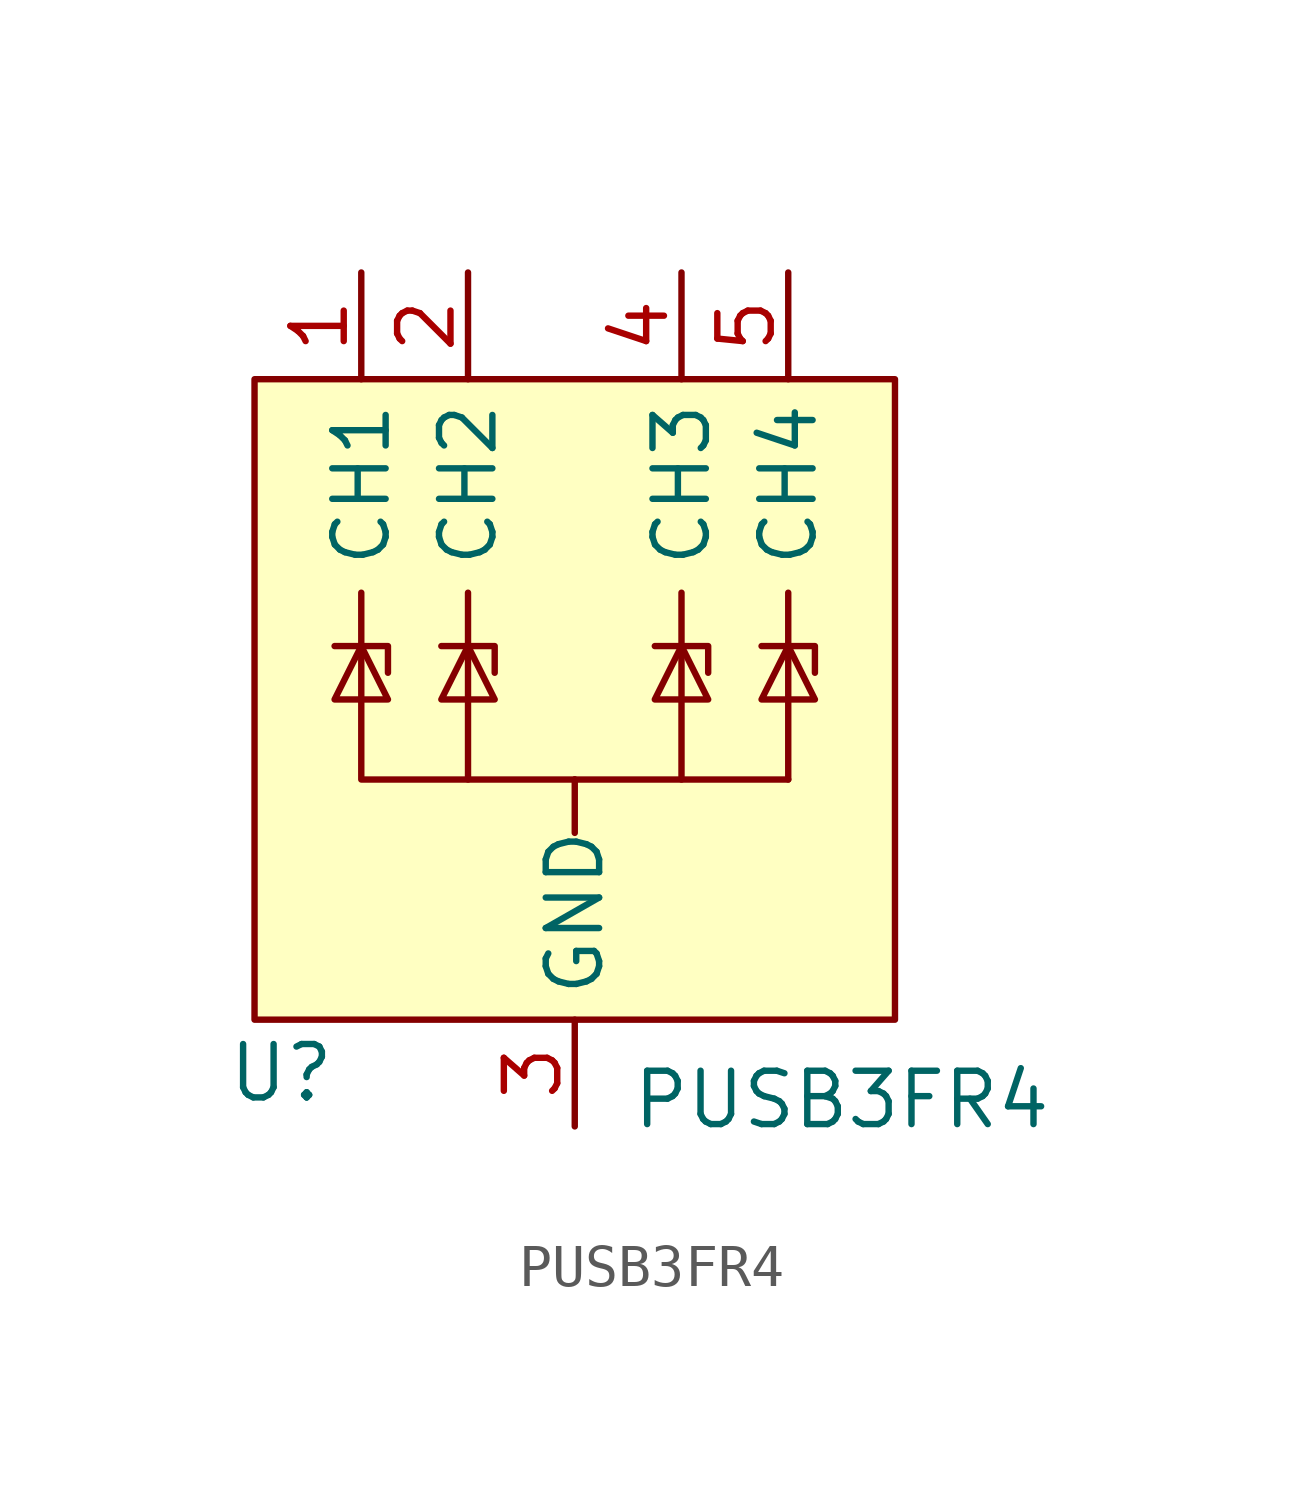
<source format=kicad_sym>
(kicad_symbol_lib
  (version 20220914)
  (generator kicad_symbol_editor)
  (symbol "PUSB3FR4"
    (property "Reference" "U"
      (at -6.985 -8.89 0)
      (effects (font (size 1.27 1.27))))
    (property "Value" "PUSB3FR4"
      (at 6.35 -9.525 0)
      (effects (font (size 1.27 1.27))))
    (symbol "PUSB3FR4_1_1"
      (rectangle (start -7.62 7.62) (end 7.62 -7.62) (stroke (width 0) (type default)) (fill (type background)))
      (polyline (pts (xy -2.54 2.54) (xy -2.54 -1.905)) (stroke (width 0) (type default)) (fill (type none)))
      (polyline (pts (xy 0 -1.905) (xy 0 -3.175)) (stroke (width 0) (type default)) (fill (type none)))
      (polyline (pts (xy 2.54 2.54) (xy 2.54 -1.905)) (stroke (width 0) (type default)) (fill (type none)))
      (polyline (pts (xy 5.08 -1.905) (xy 0 -1.905)) (stroke (width 0) (type default)) (fill (type none)))
      (polyline (pts (xy 5.08 2.54) (xy 5.08 -1.905)) (stroke (width 0) (type default)) (fill (type none)))
      (polyline (pts (xy -5.715 1.27) (xy -4.445 1.27) (xy -4.445 0.635)) (stroke (width 0) (type default)) (fill (type none)))
      (polyline (pts (xy -3.175 1.27) (xy -1.905 1.27) (xy -1.905 0.635)) (stroke (width 0) (type default)) (fill (type none)))
      (polyline (pts (xy 1.905 1.27) (xy 3.175 1.27) (xy 3.175 0.635)) (stroke (width 0) (type default)) (fill (type none)))
      (polyline (pts (xy 4.445 1.27) (xy 5.715 1.27) (xy 5.715 0.635)) (stroke (width 0) (type default)) (fill (type none)))
      (polyline (pts (xy -5.08 1.27) (xy -5.715 0) (xy -4.445 0) (xy -5.08 1.27)) (stroke (width 0) (type default)) (fill (type none)))
      (polyline (pts (xy -5.08 2.54) (xy -5.08 -1.905) (xy 0 -1.905) (xy 0 -1.905)) (stroke (width 0) (type default)) (fill (type none)))
      (polyline (pts (xy -2.54 1.27) (xy -3.175 0) (xy -1.905 0) (xy -2.54 1.27)) (stroke (width 0) (type default)) (fill (type none)))
      (polyline (pts (xy 2.54 1.27) (xy 1.905 0) (xy 3.175 0) (xy 2.54 1.27)) (stroke (width 0) (type default)) (fill (type none)))
      (polyline (pts (xy 5.08 1.27) (xy 4.445 0) (xy 5.715 0) (xy 5.08 1.27)) (stroke (width 0) (type default)) (fill (type none)))
      (pin input line (at -5.08 10.16 270) (length 2.54) (name "CH1" (effects (font (size 1.27 1.27)))) (number "1" (effects (font (size 1.27 1.27)))))
      (pin no_connect line (at 10.16 -5.08 180) (length 2.54) hide (name "" (effects (font (size 1.27 1.27)))) (number "10" (effects (font (size 1.27 1.27)))))
      (pin input line (at -2.54 10.16 270) (length 2.54) (name "CH2" (effects (font (size 1.27 1.27)))) (number "2" (effects (font (size 1.27 1.27)))))
      (pin power_in line (at 0 -10.16 90) (length 2.54) (name "GND" (effects (font (size 1.27 1.27)))) (number "3" (effects (font (size 1.27 1.27)))))
      (pin input line (at 2.54 10.16 270) (length 2.54) (name "CH3" (effects (font (size 1.27 1.27)))) (number "4" (effects (font (size 1.27 1.27)))))
      (pin input line (at 5.08 10.16 270) (length 2.54) (name "CH4" (effects (font (size 1.27 1.27)))) (number "5" (effects (font (size 1.27 1.27)))))
      (pin no_connect line (at 10.16 5.08 180) (length 2.54) hide (name "" (effects (font (size 1.27 1.27)))) (number "6" (effects (font (size 1.27 1.27)))))
      (pin no_connect line (at 10.16 2.54 180) (length 2.54) hide (name "" (effects (font (size 1.27 1.27)))) (number "7" (effects (font (size 1.27 1.27)))))
      (pin power_in line (at 0 -10.16 90) (length 2.54) hide (name "GND" (effects (font (size 1.27 1.27)))) (number "8" (effects (font (size 1.27 1.27)))))
      (pin no_connect line (at 10.16 -2.54 180) (length 2.54) hide (name "" (effects (font (size 1.27 1.27)))) (number "9" (effects (font (size 1.27 1.27))))))))
</source>
